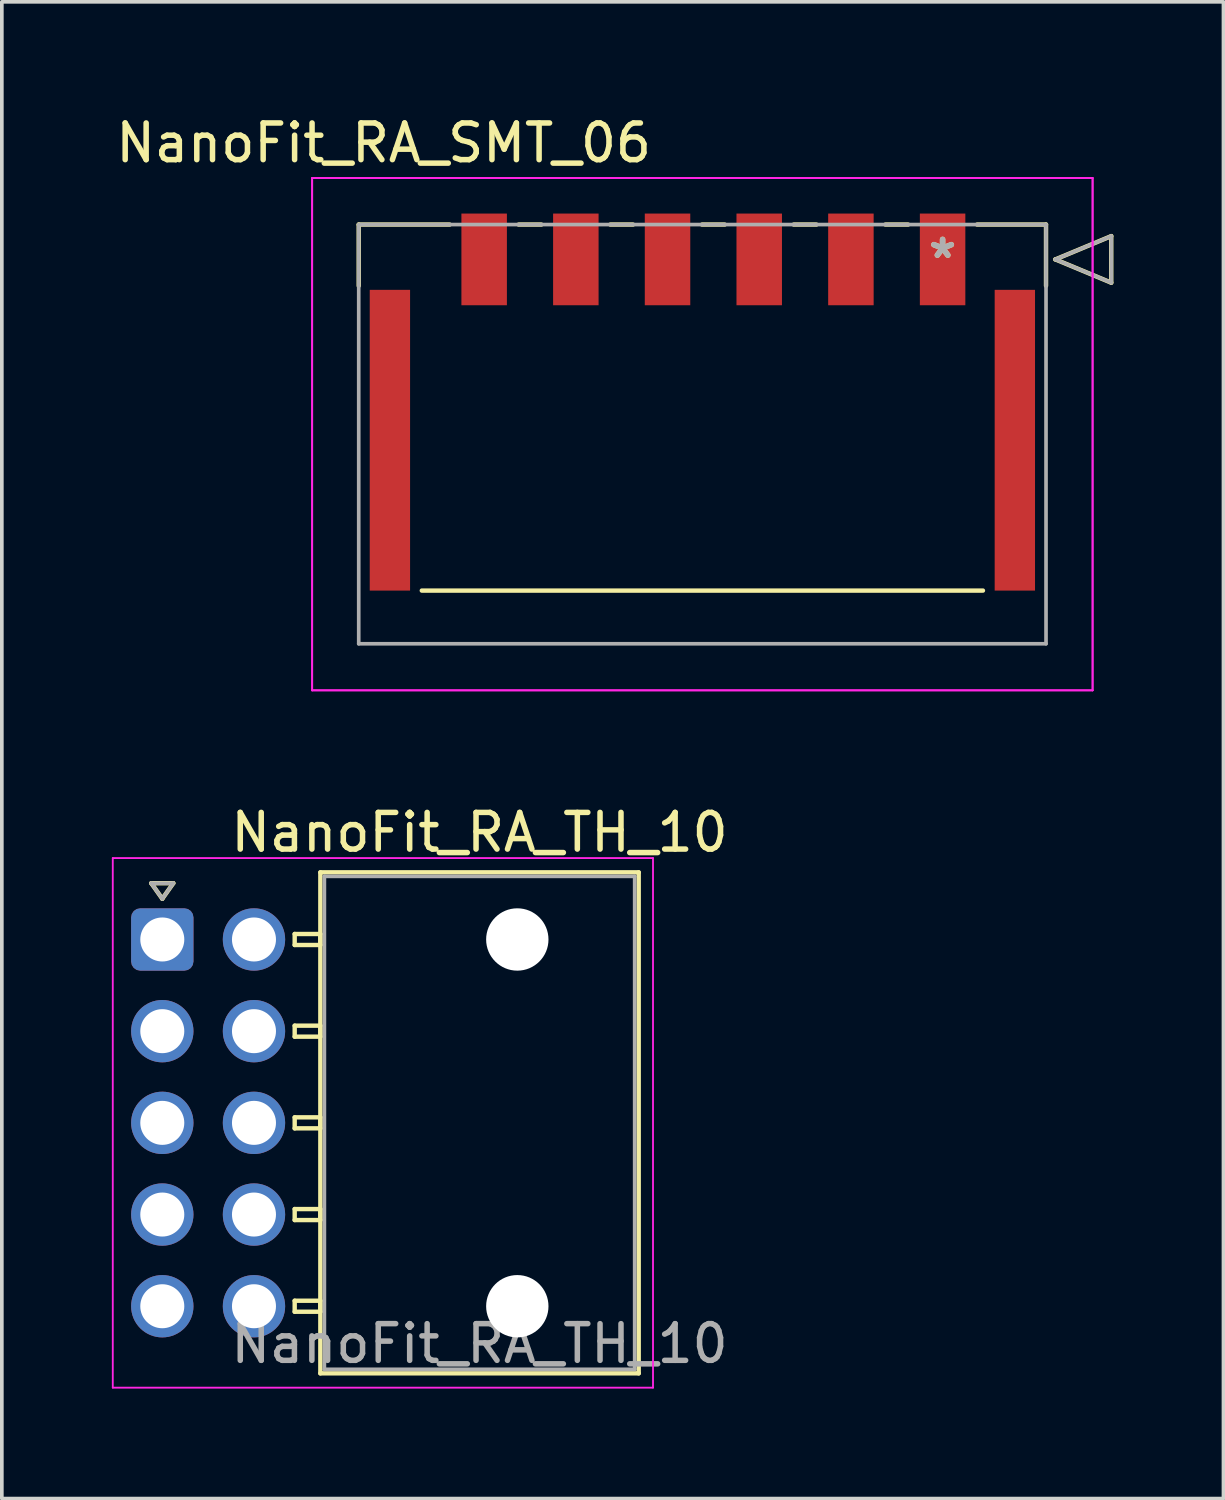
<source format=kicad_pcb>
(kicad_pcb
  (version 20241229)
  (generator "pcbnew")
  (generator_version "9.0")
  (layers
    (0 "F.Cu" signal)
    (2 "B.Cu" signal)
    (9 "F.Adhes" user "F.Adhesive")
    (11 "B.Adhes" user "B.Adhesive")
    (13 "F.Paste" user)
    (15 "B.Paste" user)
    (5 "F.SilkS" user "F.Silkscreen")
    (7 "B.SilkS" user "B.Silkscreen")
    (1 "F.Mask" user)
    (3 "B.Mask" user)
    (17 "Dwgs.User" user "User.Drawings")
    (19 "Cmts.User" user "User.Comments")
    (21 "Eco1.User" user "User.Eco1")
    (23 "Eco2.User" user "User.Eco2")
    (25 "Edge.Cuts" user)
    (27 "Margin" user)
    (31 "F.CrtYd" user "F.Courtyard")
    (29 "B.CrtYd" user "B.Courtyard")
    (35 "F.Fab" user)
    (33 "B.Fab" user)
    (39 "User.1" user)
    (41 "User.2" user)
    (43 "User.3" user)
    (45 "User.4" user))
  (footprint "NanoFit_RA_TH_10"
    (layer "F.Cu")
    (at 1.375 22.566)
    (property "Reference" "NanoFit_RA_TH_10" (at 8.65 -2.92 0) (layer "F.SilkS") (effects (font (size 1 1) (thickness 0.15))))
    (attr through_hole)
    (fp_line (start -0.3 -1.534) (end 0 -1.11) (stroke (width 0.12) (type solid)) (layer "F.SilkS"))
    (fp_line (start 0 -1.11) (end 0.3 -1.534) (stroke (width 0.12) (type solid)) (layer "F.SilkS"))
    (fp_line (start 0.3 -1.534) (end -0.3 -1.534) (stroke (width 0.12) (type solid)) (layer "F.SilkS"))
    (fp_line (start 3.61 -0.15) (end 3.61 0.15) (stroke (width 0.12) (type solid)) (layer "F.SilkS"))
    (fp_line (start 3.61 0.15) (end 4.31 0.15) (stroke (width 0.12) (type solid)) (layer "F.SilkS"))
    (fp_line (start 3.61 2.35) (end 3.61 2.65) (stroke (width 0.12) (type solid)) (layer "F.SilkS"))
    (fp_line (start 3.61 2.65) (end 4.31 2.65) (stroke (width 0.12) (type solid)) (layer "F.SilkS"))
    (fp_line (start 3.61 4.85) (end 3.61 5.15) (stroke (width 0.12) (type solid)) (layer "F.SilkS"))
    (fp_line (start 3.61 5.15) (end 4.31 5.15) (stroke (width 0.12) (type solid)) (layer "F.SilkS"))
    (fp_line (start 3.61 7.35) (end 3.61 7.65) (stroke (width 0.12) (type solid)) (layer "F.SilkS"))
    (fp_line (start 3.61 7.65) (end 4.31 7.65) (stroke (width 0.12) (type solid)) (layer "F.SilkS"))
    (fp_line (start 3.61 9.85) (end 3.61 10.15) (stroke (width 0.12) (type solid)) (layer "F.SilkS"))
    (fp_line (start 3.61 10.15) (end 4.31 10.15) (stroke (width 0.12) (type solid)) (layer "F.SilkS"))
    (fp_line (start 4.31 -1.83) (end 4.31 11.83) (stroke (width 0.12) (type solid)) (layer "F.SilkS"))
    (fp_line (start 4.31 -0.15) (end 3.61 -0.15) (stroke (width 0.12) (type solid)) (layer "F.SilkS"))
    (fp_line (start 4.31 0.15) (end 4.31 -0.15) (stroke (width 0.12) (type solid)) (layer "F.SilkS"))
    (fp_line (start 4.31 2.35) (end 3.61 2.35) (stroke (width 0.12) (type solid)) (layer "F.SilkS"))
    (fp_line (start 4.31 2.65) (end 4.31 2.35) (stroke (width 0.12) (type solid)) (layer "F.SilkS"))
    (fp_line (start 4.31 4.85) (end 3.61 4.85) (stroke (width 0.12) (type solid)) (layer "F.SilkS"))
    (fp_line (start 4.31 5.15) (end 4.31 4.85) (stroke (width 0.12) (type solid)) (layer "F.SilkS"))
    (fp_line (start 4.31 7.35) (end 3.61 7.35) (stroke (width 0.12) (type solid)) (layer "F.SilkS"))
    (fp_line (start 4.31 7.65) (end 4.31 7.35) (stroke (width 0.12) (type solid)) (layer "F.SilkS"))
    (fp_line (start 4.31 9.85) (end 3.61 9.85) (stroke (width 0.12) (type solid)) (layer "F.SilkS"))
    (fp_line (start 4.31 10.15) (end 4.31 9.85) (stroke (width 0.12) (type solid)) (layer "F.SilkS"))
    (fp_line (start 4.31 11.83) (end 12.99 11.83) (stroke (width 0.12) (type solid)) (layer "F.SilkS"))
    (fp_line (start 12.99 -1.83) (end 4.31 -1.83) (stroke (width 0.12) (type solid)) (layer "F.SilkS"))
    (fp_line (start 12.99 11.83) (end 12.99 -1.83) (stroke (width 0.12) (type solid)) (layer "F.SilkS"))
    (fp_line (start -1.35 -2.22) (end -1.35 12.22) (stroke (width 0.05) (type solid)) (layer "F.CrtYd"))
    (fp_line (start -1.35 12.22) (end 13.38 12.22) (stroke (width 0.05) (type solid)) (layer "F.CrtYd"))
    (fp_line (start 13.38 -2.22) (end -1.35 -2.22) (stroke (width 0.05) (type solid)) (layer "F.CrtYd"))
    (fp_line (start 13.38 12.22) (end 13.38 -2.22) (stroke (width 0.05) (type solid)) (layer "F.CrtYd"))
    (fp_line (start -0.3 -1.534) (end 0 -1.11) (stroke (width 0.1) (type solid)) (layer "F.Fab"))
    (fp_line (start 0 -1.11) (end 0.3 -1.534) (stroke (width 0.1) (type solid)) (layer "F.Fab"))
    (fp_line (start 0.3 -1.534) (end -0.3 -1.534) (stroke (width 0.1) (type solid)) (layer "F.Fab"))
    (fp_line (start 4.42 -1.72) (end 4.42 11.72) (stroke (width 0.1) (type solid)) (layer "F.Fab"))
    (fp_line (start 4.42 11.72) (end 12.88 11.72) (stroke (width 0.1) (type solid)) (layer "F.Fab"))
    (fp_line (start 12.88 -1.72) (end 4.42 -1.72) (stroke (width 0.1) (type solid)) (layer "F.Fab"))
    (fp_line (start 12.88 11.72) (end 12.88 -1.72) (stroke (width 0.1) (type solid)) (layer "F.Fab"))
    (fp_text user "${REFERENCE}" (at 8.65 11.02 0) (layer "F.Fab") (effects (font (size 1 1) (thickness 0.15))))
    (pad "" np_thru_hole circle (at 9.68 0) (size 1.7 1.7) (drill 1.7) (layers "*.Cu" "*.Mask"))
    (pad "" np_thru_hole circle (at 9.68 10) (size 1.7 1.7) (drill 1.7) (layers "*.Cu" "*.Mask"))
    (pad "1" thru_hole roundrect (at 0 0) (size 1.7 1.7) (drill 1.2) (layers "*.Cu" "*.Mask") (roundrect_rratio 0.147))
    (pad "2" thru_hole circle (at 0 2.5) (size 1.7 1.7) (drill 1.2) (layers "*.Cu" "*.Mask"))
    (pad "3" thru_hole circle (at 0 5) (size 1.7 1.7) (drill 1.2) (layers "*.Cu" "*.Mask"))
    (pad "4" thru_hole circle (at 0 7.5) (size 1.7 1.7) (drill 1.2) (layers "*.Cu" "*.Mask"))
    (pad "5" thru_hole circle (at 0 10) (size 1.7 1.7) (drill 1.2) (layers "*.Cu" "*.Mask"))
    (pad "6" thru_hole circle (at 2.5 0) (size 1.7 1.7) (drill 1.2) (layers "*.Cu" "*.Mask"))
    (pad "7" thru_hole circle (at 2.5 2.5) (size 1.7 1.7) (drill 1.2) (layers "*.Cu" "*.Mask"))
    (pad "8" thru_hole circle (at 2.5 5) (size 1.7 1.7) (drill 1.2) (layers "*.Cu" "*.Mask"))
    (pad "9" thru_hole circle (at 2.5 7.5) (size 1.7 1.7) (drill 1.2) (layers "*.Cu" "*.Mask"))
    (pad "10" thru_hole circle (at 2.5 10) (size 1.7 1.7) (drill 1.2) (layers "*.Cu" "*.Mask")))
  (footprint "NanoFit_RA_SMT_06"
    (layer "F.Cu")
    (at 22.651 4.023)
    (property "Reference" "NanoFit_RA_SMT_06" (at -15.24 -3.175 0) (layer "F.SilkS") (effects (font (size 1 1) (thickness 0.15))))
    (attr through_hole)
    (fp_line (start -15.92 -0.95) (end -15.92 0.719) (stroke (width 0.12) (type solid)) (layer "F.SilkS"))
    (fp_line (start -14.2 9.03) (end 1.1 9.03) (stroke (width 0.12) (type solid)) (layer "F.SilkS"))
    (fp_line (start -13.44 -0.95) (end -15.92 -0.95) (stroke (width 0.12) (type solid)) (layer "F.SilkS"))
    (fp_line (start -10.94 -0.95) (end -11.56 -0.95) (stroke (width 0.12) (type solid)) (layer "F.SilkS"))
    (fp_line (start -8.44 -0.95) (end -9.06 -0.95) (stroke (width 0.12) (type solid)) (layer "F.SilkS"))
    (fp_line (start -5.94 -0.95) (end -6.56 -0.95) (stroke (width 0.12) (type solid)) (layer "F.SilkS"))
    (fp_line (start -3.44 -0.95) (end -4.06 -0.95) (stroke (width 0.12) (type solid)) (layer "F.SilkS"))
    (fp_line (start -0.94 -0.95) (end -1.56 -0.95) (stroke (width 0.12) (type solid)) (layer "F.SilkS"))
    (fp_line (start 2.82 -0.95) (end 0.94 -0.95) (stroke (width 0.12) (type solid)) (layer "F.SilkS"))
    (fp_line (start 2.82 0.719) (end 2.82 -0.95) (stroke (width 0.12) (type solid)) (layer "F.SilkS"))
    (fp_line (start 3.074 0) (end 4.598 -0.635) (stroke (width 0.12) (type solid)) (layer "F.SilkS"))
    (fp_line (start 4.598 -0.635) (end 4.598 0.635) (stroke (width 0.12) (type solid)) (layer "F.SilkS"))
    (fp_line (start 4.598 0.635) (end 3.074 0) (stroke (width 0.12) (type solid)) (layer "F.SilkS"))
    (fp_line (start -17.19 -2.22) (end -17.19 11.75) (stroke (width 0.05) (type solid)) (layer "F.CrtYd"))
    (fp_line (start -17.19 -2.22) (end -17.19 11.75) (stroke (width 0.05) (type solid)) (layer "F.CrtYd"))
    (fp_line (start -17.19 11.75) (end 4.09 11.75) (stroke (width 0.05) (type solid)) (layer "F.CrtYd"))
    (fp_line (start -17.19 11.75) (end 4.09 11.75) (stroke (width 0.05) (type solid)) (layer "F.CrtYd"))
    (fp_line (start 4.09 -2.22) (end -17.19 -2.22) (stroke (width 0.05) (type solid)) (layer "F.CrtYd"))
    (fp_line (start 4.09 -2.22) (end -17.19 -2.22) (stroke (width 0.05) (type solid)) (layer "F.CrtYd"))
    (fp_line (start 4.09 11.75) (end 4.09 -2.22) (stroke (width 0.05) (type solid)) (layer "F.CrtYd"))
    (fp_line (start 4.09 11.75) (end 4.09 -2.22) (stroke (width 0.05) (type solid)) (layer "F.CrtYd"))
    (fp_line (start -15.92 -0.95) (end -15.92 10.48) (stroke (width 0.1) (type solid)) (layer "F.Fab"))
    (fp_line (start -15.92 10.48) (end 2.82 10.48) (stroke (width 0.1) (type solid)) (layer "F.Fab"))
    (fp_line (start 2.82 -0.95) (end -15.92 -0.95) (stroke (width 0.1) (type solid)) (layer "F.Fab"))
    (fp_line (start 2.82 10.48) (end 2.82 -0.95) (stroke (width 0.1) (type solid)) (layer "F.Fab"))
    (fp_line (start 3.074 0) (end 4.598 -0.635) (stroke (width 0.1) (type solid)) (layer "F.Fab"))
    (fp_line (start 4.598 -0.635) (end 4.598 0.635) (stroke (width 0.1) (type solid)) (layer "F.Fab"))
    (fp_line (start 4.598 0.635) (end 3.074 0) (stroke (width 0.1) (type solid)) (layer "F.Fab"))
    (fp_text user "*" (at 0 0 0) (layer "F.SilkS") (effects (font (size 1 1) (thickness 0.15))))
    (fp_text user "*" (at 0 0 0) (layer "F.Fab") (effects (font (size 1 1) (thickness 0.15))))
    (pad "1" smd rect (at 0 0) (size 1.24 2.5) (layers "F.Cu" "F.Mask" "F.Paste"))
    (pad "2" smd rect (at -2.5 0) (size 1.24 2.5) (layers "F.Cu" "F.Mask" "F.Paste"))
    (pad "3" smd rect (at -5 0) (size 1.24 2.5) (layers "F.Cu" "F.Mask" "F.Paste"))
    (pad "4" smd rect (at -7.5 0) (size 1.24 2.5) (layers "F.Cu" "F.Mask" "F.Paste"))
    (pad "5" smd rect (at -10 0) (size 1.24 2.5) (layers "F.Cu" "F.Mask" "F.Paste"))
    (pad "6" smd rect (at -12.5 0) (size 1.24 2.5) (layers "F.Cu" "F.Mask" "F.Paste"))
    (pad "7" smd rect (at 1.97 4.93) (size 1.1 8.2) (layers "F.Cu" "F.Mask" "F.Paste"))
    (pad "8" smd rect (at -15.07 4.93) (size 1.1 8.2) (layers "F.Cu" "F.Mask" "F.Paste")))
  (gr_rect
    (start -3 -3)
    (end 30.309 37.811)
    (stroke (width 0.1) (type default))
    (fill no)
    (layer "Edge.Cuts")))
</source>
